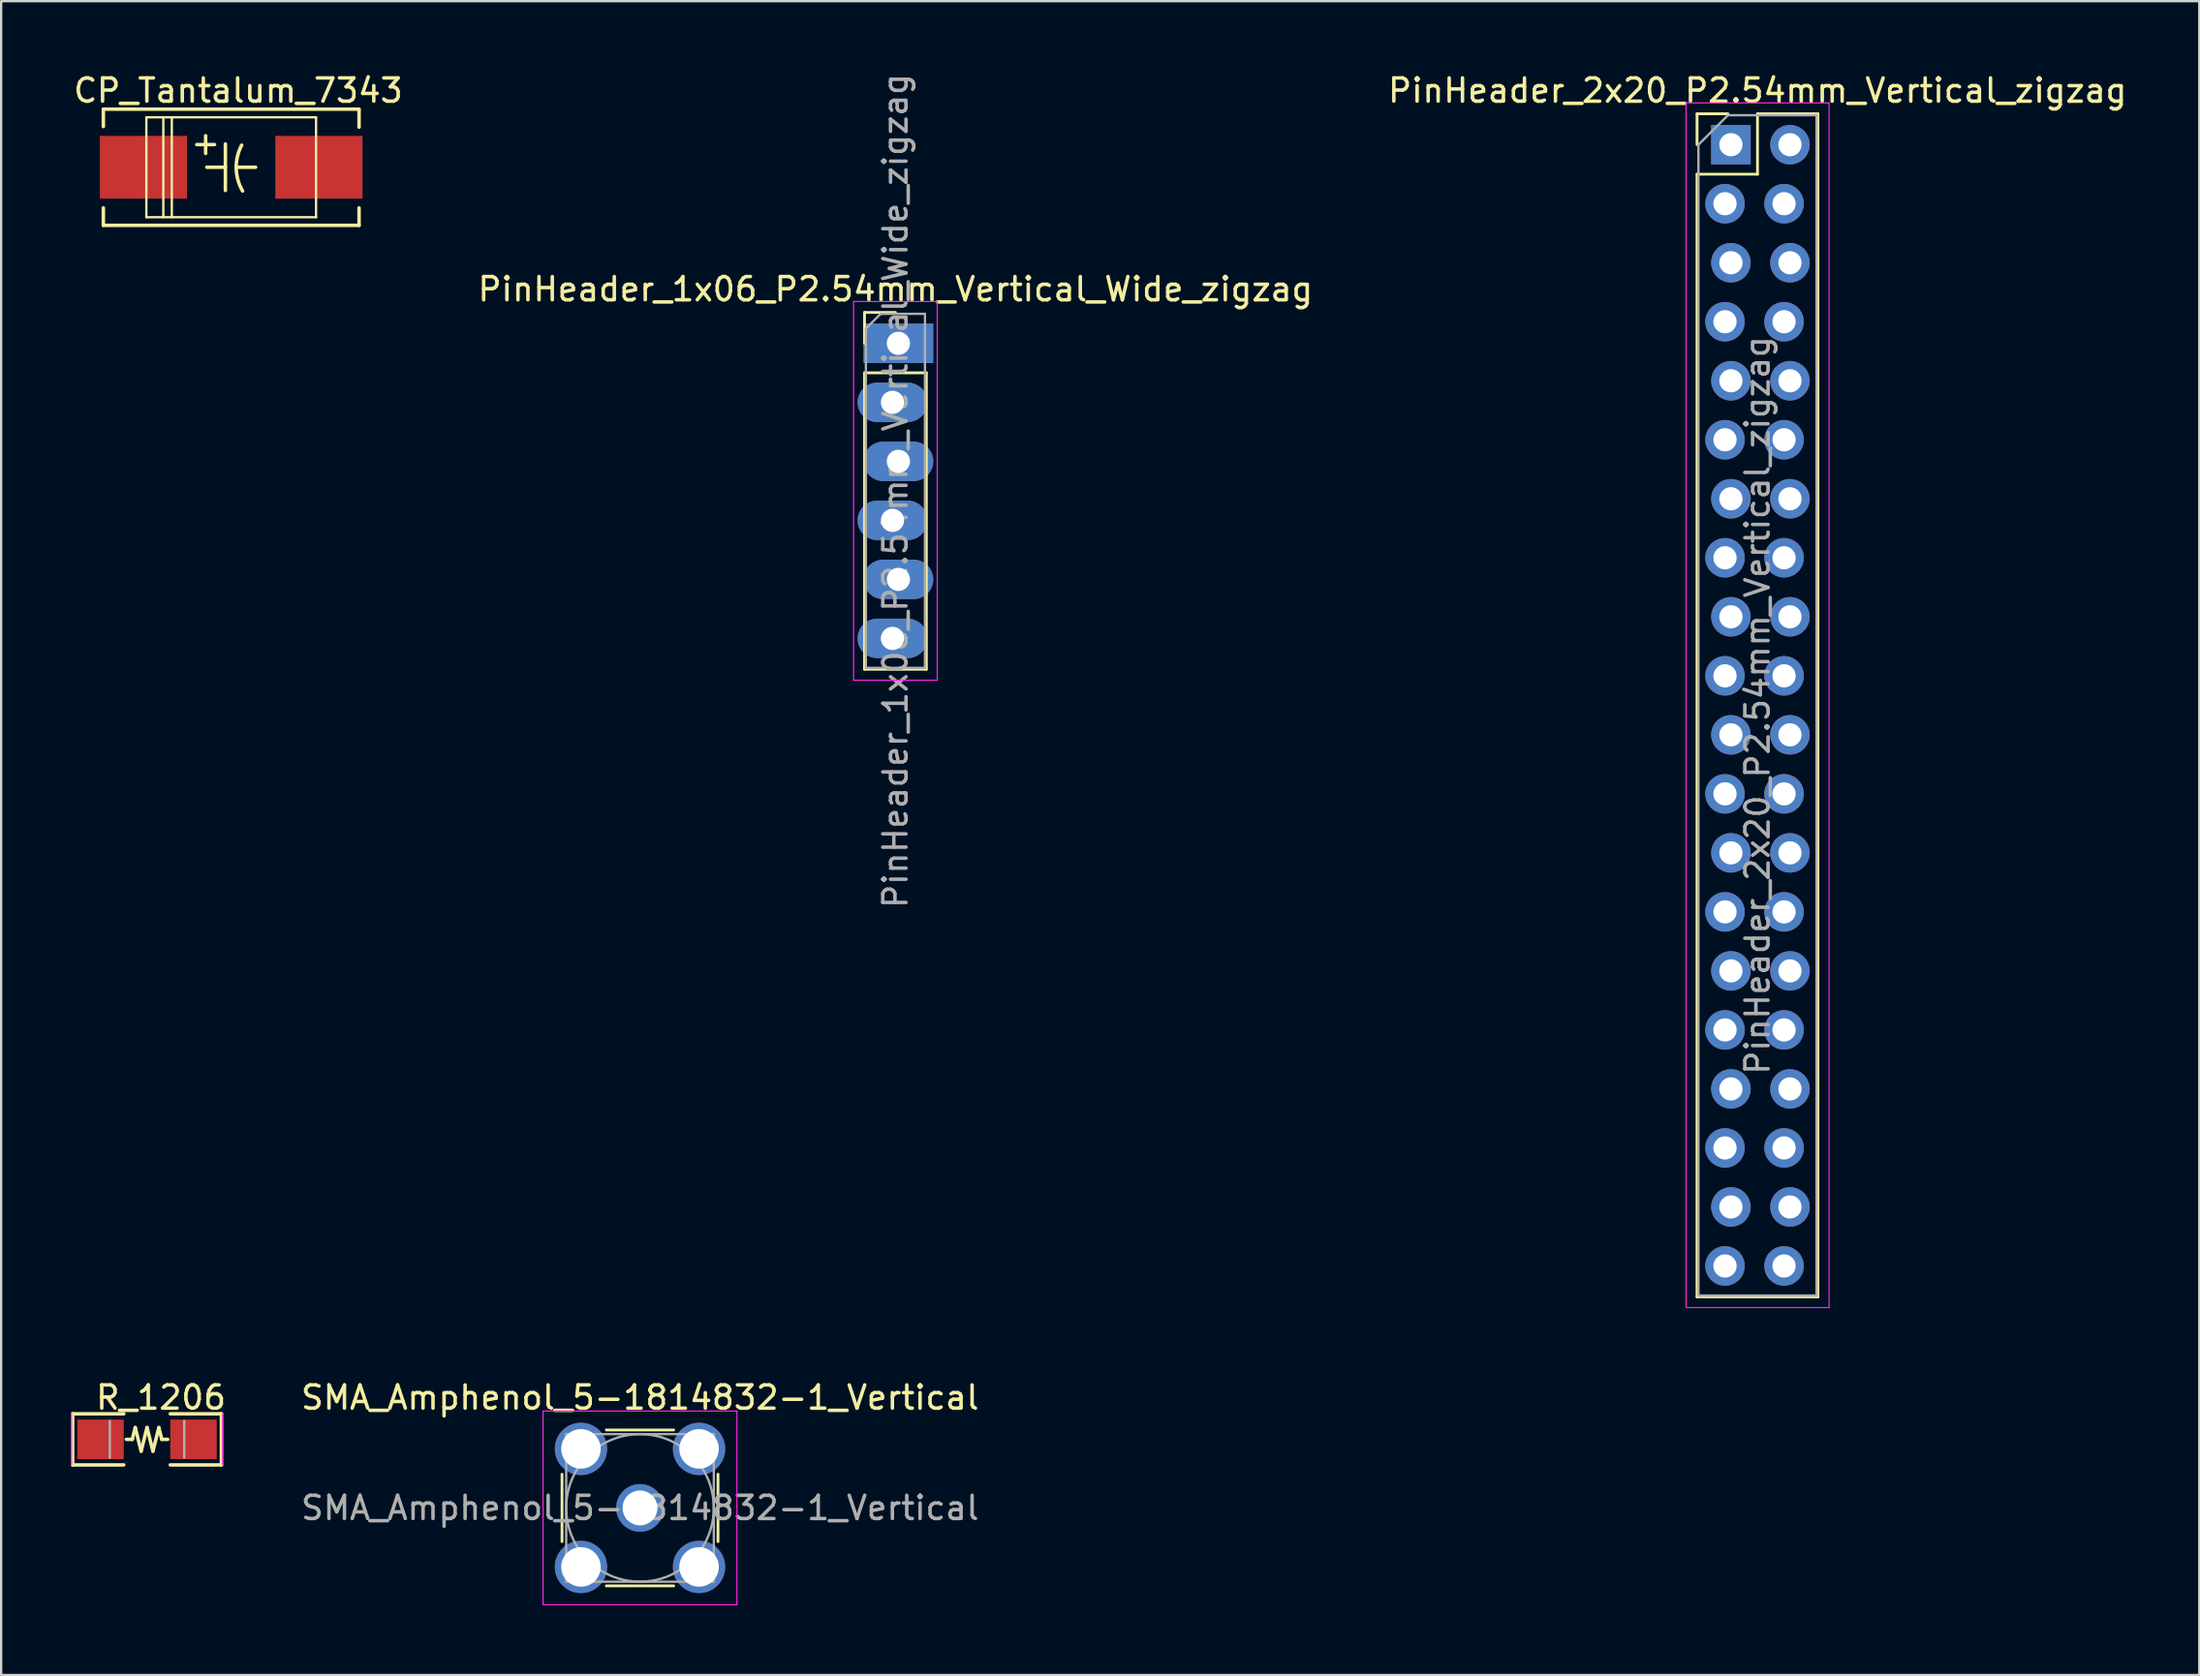
<source format=kicad_pcb>
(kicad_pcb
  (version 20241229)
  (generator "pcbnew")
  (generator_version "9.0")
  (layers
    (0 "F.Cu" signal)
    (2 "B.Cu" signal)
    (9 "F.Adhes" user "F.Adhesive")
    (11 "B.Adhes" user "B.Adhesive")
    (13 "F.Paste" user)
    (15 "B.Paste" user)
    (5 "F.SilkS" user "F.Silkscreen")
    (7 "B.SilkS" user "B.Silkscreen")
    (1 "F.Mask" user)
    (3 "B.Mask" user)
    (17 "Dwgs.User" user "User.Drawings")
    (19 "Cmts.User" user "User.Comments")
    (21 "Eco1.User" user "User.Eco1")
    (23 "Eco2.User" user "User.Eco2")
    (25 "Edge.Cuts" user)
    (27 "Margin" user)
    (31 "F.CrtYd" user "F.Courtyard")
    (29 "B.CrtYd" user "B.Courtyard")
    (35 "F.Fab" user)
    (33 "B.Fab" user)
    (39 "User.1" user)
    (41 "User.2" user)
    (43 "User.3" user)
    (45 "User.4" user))
  (footprint "PinHeader_1x06_P2.54mm_Vertical_Wide_zigzag"
    (layer "F.Cu")
    (at 35.47 11.727)
    (property "Reference" "PinHeader_1x06_P2.54mm_Vertical_Wide_zigzag" (at 0 -2.33 0) (layer "F.SilkS") (effects (font (size 1 1) (thickness 0.15))))
    (attr through_hole)
    (fp_line (start -1.33 -1.33) (end 0 -1.33) (stroke (width 0.12) (type solid)) (layer "F.SilkS"))
    (fp_line (start -1.33 0) (end -1.33 -1.33) (stroke (width 0.12) (type solid)) (layer "F.SilkS"))
    (fp_line (start -1.33 1.27) (end -1.33 14.03) (stroke (width 0.12) (type solid)) (layer "F.SilkS"))
    (fp_line (start -1.33 1.27) (end 1.33 1.27) (stroke (width 0.12) (type solid)) (layer "F.SilkS"))
    (fp_line (start -1.33 14.03) (end 1.33 14.03) (stroke (width 0.12) (type solid)) (layer "F.SilkS"))
    (fp_line (start 1.33 1.27) (end 1.33 14.03) (stroke (width 0.12) (type solid)) (layer "F.SilkS"))
    (fp_line (start -1.8 -1.8) (end -1.8 14.5) (stroke (width 0.05) (type solid)) (layer "F.CrtYd"))
    (fp_line (start -1.8 14.5) (end 1.8 14.5) (stroke (width 0.05) (type solid)) (layer "F.CrtYd"))
    (fp_line (start 1.8 -1.8) (end -1.8 -1.8) (stroke (width 0.05) (type solid)) (layer "F.CrtYd"))
    (fp_line (start 1.8 14.5) (end 1.8 -1.8) (stroke (width 0.05) (type solid)) (layer "F.CrtYd"))
    (fp_line (start -1.27 -0.635) (end -0.635 -1.27) (stroke (width 0.1) (type solid)) (layer "F.Fab"))
    (fp_line (start -1.27 13.97) (end -1.27 -0.635) (stroke (width 0.1) (type solid)) (layer "F.Fab"))
    (fp_line (start -0.635 -1.27) (end 1.27 -1.27) (stroke (width 0.1) (type solid)) (layer "F.Fab"))
    (fp_line (start 1.27 -1.27) (end 1.27 13.97) (stroke (width 0.1) (type solid)) (layer "F.Fab"))
    (fp_line (start 1.27 13.97) (end -1.27 13.97) (stroke (width 0.1) (type solid)) (layer "F.Fab"))
    (fp_text user "${REFERENCE}" (at 0 6.35 90) (layer "F.Fab") (effects (font (size 1 1) (thickness 0.15))))
    (pad "1" thru_hole rect (at 0.127 0) (size 3 1.7) (drill 1) (layers "*.Cu" "*.Mask"))
    (pad "2" thru_hole oval (at -0.127 2.54) (size 3 1.7) (drill 1) (layers "*.Cu" "*.Mask"))
    (pad "3" thru_hole oval (at 0.127 5.08) (size 3 1.7) (drill 1) (layers "*.Cu" "*.Mask"))
    (pad "4" thru_hole oval (at -0.127 7.62) (size 3 1.7) (drill 1) (layers "*.Cu" "*.Mask"))
    (pad "5" thru_hole oval (at 0.127 10.16) (size 3 1.7) (drill 1) (layers "*.Cu" "*.Mask"))
    (pad "6" thru_hole oval (at -0.127 12.7) (size 3 1.7) (drill 1) (layers "*.Cu" "*.Mask")))
  (footprint "R_1206"
    (layer "F.Cu")
    (at 3.275 58.901)
    (property "Reference" "R_1206" (at 0.6 -1.8 0) (layer "F.SilkS") (effects (font (size 1 1) (thickness 0.15))))
    (attr smd)
    (fp_line (start -3.2 -1.1) (end -3.2 1.1) (stroke (width 0.15) (type solid)) (layer "F.SilkS"))
    (fp_line (start -3.2 1.1) (end -1 1.1) (stroke (width 0.15) (type solid)) (layer "F.SilkS"))
    (fp_line (start -1 -1.1) (end -3.2 -1.1) (stroke (width 0.15) (type solid)) (layer "F.SilkS"))
    (fp_line (start -0.635 0) (end -0.889 0) (stroke (width 0.15) (type solid)) (layer "F.SilkS"))
    (fp_line (start -0.508 -0.508) (end -0.635 0) (stroke (width 0.15) (type solid)) (layer "F.SilkS"))
    (fp_line (start -0.254 0.508) (end -0.508 -0.508) (stroke (width 0.15) (type solid)) (layer "F.SilkS"))
    (fp_line (start 0 -0.508) (end -0.254 0.508) (stroke (width 0.15) (type solid)) (layer "F.SilkS"))
    (fp_line (start 0.254 0.508) (end 0 -0.508) (stroke (width 0.15) (type solid)) (layer "F.SilkS"))
    (fp_line (start 0.508 -0.508) (end 0.254 0.508) (stroke (width 0.15) (type solid)) (layer "F.SilkS"))
    (fp_line (start 0.635 0) (end 0.508 -0.508) (stroke (width 0.15) (type solid)) (layer "F.SilkS"))
    (fp_line (start 0.635 0) (end 0.889 0) (stroke (width 0.15) (type solid)) (layer "F.SilkS"))
    (fp_line (start 1 -1.1) (end 3.2 -1.1) (stroke (width 0.15) (type solid)) (layer "F.SilkS"))
    (fp_line (start 3.2 -1.1) (end 3.2 1.1) (stroke (width 0.15) (type solid)) (layer "F.SilkS"))
    (fp_line (start 3.2 1.1) (end 1 1.1) (stroke (width 0.15) (type solid)) (layer "F.SilkS"))
    (fp_line (start -3.25 -1.11) (end -3.25 1.1) (stroke (width 0.05) (type solid)) (layer "F.CrtYd"))
    (fp_line (start 3.25 1.1) (end 3.25 -1.11) (stroke (width 0.05) (type solid)) (layer "F.CrtYd"))
    (fp_line (start -1.6 0.8) (end -1.6 -0.8) (stroke (width 0.1) (type solid)) (layer "F.Fab"))
    (fp_line (start 1.6 -0.8) (end 1.6 0.8) (stroke (width 0.1) (type solid)) (layer "F.Fab"))
    (pad "1" smd rect (at -2 0) (size 2 1.7) (layers "F.Cu" "F.Mask" "F.Paste"))
    (pad "2" smd rect (at 2 0) (size 2 1.7) (layers "F.Cu" "F.Mask" "F.Paste")))
  (footprint "PinHeader_2x20_P2.54mm_Vertical_zigzag"
    (layer "F.Cu")
    (at 71.284 3.178)
    (property "Reference" "PinHeader_2x20_P2.54mm_Vertical_zigzag" (at 1.27 -2.33 0) (layer "F.SilkS") (effects (font (size 1 1) (thickness 0.15))))
    (attr through_hole)
    (fp_line (start -1.33 -1.33) (end 0 -1.33) (stroke (width 0.12) (type solid)) (layer "F.SilkS"))
    (fp_line (start -1.33 0) (end -1.33 -1.33) (stroke (width 0.12) (type solid)) (layer "F.SilkS"))
    (fp_line (start -1.33 1.27) (end -1.33 49.59) (stroke (width 0.12) (type solid)) (layer "F.SilkS"))
    (fp_line (start -1.33 1.27) (end 1.27 1.27) (stroke (width 0.12) (type solid)) (layer "F.SilkS"))
    (fp_line (start -1.33 49.59) (end 3.87 49.59) (stroke (width 0.12) (type solid)) (layer "F.SilkS"))
    (fp_line (start 1.27 -1.33) (end 3.87 -1.33) (stroke (width 0.12) (type solid)) (layer "F.SilkS"))
    (fp_line (start 1.27 1.27) (end 1.27 -1.33) (stroke (width 0.12) (type solid)) (layer "F.SilkS"))
    (fp_line (start 3.87 -1.33) (end 3.87 49.59) (stroke (width 0.12) (type solid)) (layer "F.SilkS"))
    (fp_line (start -1.8 -1.8) (end -1.8 50.05) (stroke (width 0.05) (type solid)) (layer "F.CrtYd"))
    (fp_line (start -1.8 50.05) (end 4.35 50.05) (stroke (width 0.05) (type solid)) (layer "F.CrtYd"))
    (fp_line (start 4.35 -1.8) (end -1.8 -1.8) (stroke (width 0.05) (type solid)) (layer "F.CrtYd"))
    (fp_line (start 4.35 50.05) (end 4.35 -1.8) (stroke (width 0.05) (type solid)) (layer "F.CrtYd"))
    (fp_line (start -1.27 0) (end 0 -1.27) (stroke (width 0.1) (type solid)) (layer "F.Fab"))
    (fp_line (start -1.27 49.53) (end -1.27 0) (stroke (width 0.1) (type solid)) (layer "F.Fab"))
    (fp_line (start 0 -1.27) (end 3.81 -1.27) (stroke (width 0.1) (type solid)) (layer "F.Fab"))
    (fp_line (start 3.81 -1.27) (end 3.81 49.53) (stroke (width 0.1) (type solid)) (layer "F.Fab"))
    (fp_line (start 3.81 49.53) (end -1.27 49.53) (stroke (width 0.1) (type solid)) (layer "F.Fab"))
    (fp_text user "${REFERENCE}" (at 1.27 24.13 90) (layer "F.Fab") (effects (font (size 1 1) (thickness 0.15))))
    (pad "1" thru_hole rect (at 0.127 0) (size 1.7 1.7) (drill 1) (layers "*.Cu" "*.Mask"))
    (pad "2" thru_hole oval (at 2.667 0) (size 1.7 1.7) (drill 1) (layers "*.Cu" "*.Mask"))
    (pad "3" thru_hole oval (at -0.127 2.54) (size 1.7 1.7) (drill 1) (layers "*.Cu" "*.Mask"))
    (pad "4" thru_hole oval (at 2.413 2.54) (size 1.7 1.7) (drill 1) (layers "*.Cu" "*.Mask"))
    (pad "5" thru_hole oval (at 0.127 5.08) (size 1.7 1.7) (drill 1) (layers "*.Cu" "*.Mask"))
    (pad "6" thru_hole oval (at 2.667 5.08) (size 1.7 1.7) (drill 1) (layers "*.Cu" "*.Mask"))
    (pad "7" thru_hole oval (at -0.127 7.62) (size 1.7 1.7) (drill 1) (layers "*.Cu" "*.Mask"))
    (pad "8" thru_hole oval (at 2.413 7.62) (size 1.7 1.7) (drill 1) (layers "*.Cu" "*.Mask"))
    (pad "9" thru_hole oval (at 0.127 10.16) (size 1.7 1.7) (drill 1) (layers "*.Cu" "*.Mask"))
    (pad "10" thru_hole oval (at 2.667 10.16) (size 1.7 1.7) (drill 1) (layers "*.Cu" "*.Mask"))
    (pad "11" thru_hole oval (at -0.127 12.7) (size 1.7 1.7) (drill 1) (layers "*.Cu" "*.Mask"))
    (pad "12" thru_hole oval (at 2.413 12.7) (size 1.7 1.7) (drill 1) (layers "*.Cu" "*.Mask"))
    (pad "13" thru_hole oval (at 0.127 15.24) (size 1.7 1.7) (drill 1) (layers "*.Cu" "*.Mask"))
    (pad "14" thru_hole oval (at 2.667 15.24) (size 1.7 1.7) (drill 1) (layers "*.Cu" "*.Mask"))
    (pad "15" thru_hole oval (at -0.127 17.78) (size 1.7 1.7) (drill 1) (layers "*.Cu" "*.Mask"))
    (pad "16" thru_hole oval (at 2.413 17.78) (size 1.7 1.7) (drill 1) (layers "*.Cu" "*.Mask"))
    (pad "17" thru_hole oval (at 0.127 20.32) (size 1.7 1.7) (drill 1) (layers "*.Cu" "*.Mask"))
    (pad "18" thru_hole oval (at 2.667 20.32) (size 1.7 1.7) (drill 1) (layers "*.Cu" "*.Mask"))
    (pad "19" thru_hole oval (at -0.127 22.86) (size 1.7 1.7) (drill 1) (layers "*.Cu" "*.Mask"))
    (pad "20" thru_hole oval (at 2.413 22.86) (size 1.7 1.7) (drill 1) (layers "*.Cu" "*.Mask"))
    (pad "21" thru_hole oval (at 0.127 25.4) (size 1.7 1.7) (drill 1) (layers "*.Cu" "*.Mask"))
    (pad "22" thru_hole oval (at 2.667 25.4) (size 1.7 1.7) (drill 1) (layers "*.Cu" "*.Mask"))
    (pad "23" thru_hole oval (at -0.127 27.94) (size 1.7 1.7) (drill 1) (layers "*.Cu" "*.Mask"))
    (pad "24" thru_hole oval (at 2.413 27.94) (size 1.7 1.7) (drill 1) (layers "*.Cu" "*.Mask"))
    (pad "25" thru_hole oval (at 0.127 30.48) (size 1.7 1.7) (drill 1) (layers "*.Cu" "*.Mask"))
    (pad "26" thru_hole oval (at 2.667 30.48) (size 1.7 1.7) (drill 1) (layers "*.Cu" "*.Mask"))
    (pad "27" thru_hole oval (at -0.127 33.02) (size 1.7 1.7) (drill 1) (layers "*.Cu" "*.Mask"))
    (pad "28" thru_hole oval (at 2.413 33.02) (size 1.7 1.7) (drill 1) (layers "*.Cu" "*.Mask"))
    (pad "29" thru_hole oval (at 0.127 35.56) (size 1.7 1.7) (drill 1) (layers "*.Cu" "*.Mask"))
    (pad "30" thru_hole oval (at 2.667 35.56) (size 1.7 1.7) (drill 1) (layers "*.Cu" "*.Mask"))
    (pad "31" thru_hole oval (at -0.127 38.1) (size 1.7 1.7) (drill 1) (layers "*.Cu" "*.Mask"))
    (pad "32" thru_hole oval (at 2.413 38.1) (size 1.7 1.7) (drill 1) (layers "*.Cu" "*.Mask"))
    (pad "33" thru_hole oval (at 0.127 40.64) (size 1.7 1.7) (drill 1) (layers "*.Cu" "*.Mask"))
    (pad "34" thru_hole oval (at 2.667 40.64) (size 1.7 1.7) (drill 1) (layers "*.Cu" "*.Mask"))
    (pad "35" thru_hole oval (at -0.127 43.18) (size 1.7 1.7) (drill 1) (layers "*.Cu" "*.Mask"))
    (pad "36" thru_hole oval (at 2.413 43.18) (size 1.7 1.7) (drill 1) (layers "*.Cu" "*.Mask"))
    (pad "37" thru_hole oval (at 0.127 45.72) (size 1.7 1.7) (drill 1) (layers "*.Cu" "*.Mask"))
    (pad "38" thru_hole oval (at 2.667 45.72) (size 1.7 1.7) (drill 1) (layers "*.Cu" "*.Mask"))
    (pad "39" thru_hole oval (at -0.127 48.26) (size 1.7 1.7) (drill 1) (layers "*.Cu" "*.Mask"))
    (pad "40" thru_hole oval (at 2.413 48.26) (size 1.7 1.7) (drill 1) (layers "*.Cu" "*.Mask")))
  (footprint "SMA_Amphenol_5-1814832-1_Vertical"
    (layer "F.Cu")
    (at 24.482 61.852)
    (property "Reference" "SMA_Amphenol_5-1814832-1_Vertical" (at 0 -4.75 0) (layer "F.SilkS") (effects (font (size 1 1) (thickness 0.15))))
    (attr through_hole)
    (fp_line (start -3.355 -1.45) (end -3.355 1.45) (stroke (width 0.12) (type solid)) (layer "F.SilkS"))
    (fp_line (start -1.45 -3.355) (end 1.45 -3.355) (stroke (width 0.12) (type solid)) (layer "F.SilkS"))
    (fp_line (start -1.45 3.355) (end 1.45 3.355) (stroke (width 0.12) (type solid)) (layer "F.SilkS"))
    (fp_line (start 3.355 -1.45) (end 3.355 1.45) (stroke (width 0.12) (type solid)) (layer "F.SilkS"))
    (fp_line (start -4.17 -4.17) (end -4.17 4.17) (stroke (width 0.05) (type solid)) (layer "F.CrtYd"))
    (fp_line (start -4.17 -4.17) (end 4.17 -4.17) (stroke (width 0.05) (type solid)) (layer "F.CrtYd"))
    (fp_line (start 4.17 4.17) (end -4.17 4.17) (stroke (width 0.05) (type solid)) (layer "F.CrtYd"))
    (fp_line (start 4.17 4.17) (end 4.17 -4.17) (stroke (width 0.05) (type solid)) (layer "F.CrtYd"))
    (fp_line (start -3.175 -3.175) (end -3.175 3.175) (stroke (width 0.1) (type solid)) (layer "F.Fab"))
    (fp_line (start -3.175 -3.175) (end 3.175 -3.175) (stroke (width 0.1) (type solid)) (layer "F.Fab"))
    (fp_line (start -3.175 3.175) (end 3.175 3.175) (stroke (width 0.1) (type solid)) (layer "F.Fab"))
    (fp_line (start 3.175 -3.175) (end 3.175 3.175) (stroke (width 0.1) (type solid)) (layer "F.Fab"))
    (fp_circle (center 0 0) (end 3.175 0) (stroke (width 0.1) (type solid)) (fill no) (layer "F.Fab"))
    (fp_text user "${REFERENCE}" (at 0 0 0) (layer "F.Fab") (effects (font (size 1 1) (thickness 0.15))))
    (pad "1" thru_hole circle (at 0 0) (size 2.05 2.05) (drill 1.5) (layers "*.Cu" "*.Mask"))
    (pad "2" thru_hole circle (at -2.54 -2.54) (size 2.25 2.25) (drill 1.7) (layers "*.Cu" "*.Mask"))
    (pad "2" thru_hole circle (at -2.54 2.54) (size 2.25 2.25) (drill 1.7) (layers "*.Cu" "*.Mask"))
    (pad "2" thru_hole circle (at 2.54 -2.54) (size 2.25 2.25) (drill 1.7) (layers "*.Cu" "*.Mask"))
    (pad "2" thru_hole circle (at 2.54 2.54) (size 2.25 2.25) (drill 1.7) (layers "*.Cu" "*.Mask")))
  (footprint "CP_Tantalum_7343"
    (layer "F.Cu")
    (at 6.896 4.148)
    (property "Reference" "CP_Tantalum_7343" (at 0.3 -3.3 0) (layer "F.SilkS") (effects (font (size 1 1) (thickness 0.15))))
    (attr smd)
    (fp_line (start -5.5 -2.5) (end -5.5 -1.75) (stroke (width 0.15) (type solid)) (layer "F.SilkS"))
    (fp_line (start -5.5 1.75) (end -5.5 2.5) (stroke (width 0.15) (type solid)) (layer "F.SilkS"))
    (fp_line (start -3.65 -2.15) (end -3.65 2.15) (stroke (width 0.1) (type solid)) (layer "F.SilkS"))
    (fp_line (start -3.65 2.15) (end 3.65 2.15) (stroke (width 0.1) (type solid)) (layer "F.SilkS"))
    (fp_line (start -2.92 -2.15) (end -2.92 2.15) (stroke (width 0.1) (type solid)) (layer "F.SilkS"))
    (fp_line (start -2.555 -2.15) (end -2.555 2.15) (stroke (width 0.1) (type solid)) (layer "F.SilkS"))
    (fp_line (start -1.05 0) (end -0.25 0) (stroke (width 0.15) (type solid)) (layer "F.SilkS"))
    (fp_line (start -0.25 -1) (end -0.25 1) (stroke (width 0.15) (type solid)) (layer "F.SilkS"))
    (fp_line (start 0.25 0) (end 1.05 0) (stroke (width 0.15) (type solid)) (layer "F.SilkS"))
    (fp_line (start 3.65 -2.15) (end -3.65 -2.15) (stroke (width 0.1) (type solid)) (layer "F.SilkS"))
    (fp_line (start 3.65 2.15) (end 3.65 -2.15) (stroke (width 0.1) (type solid)) (layer "F.SilkS"))
    (fp_line (start 5.5 -2.5) (end -5.5 -2.5) (stroke (width 0.15) (type solid)) (layer "F.SilkS"))
    (fp_line (start 5.5 -2.475) (end 5.5 -1.725) (stroke (width 0.15) (type solid)) (layer "F.SilkS"))
    (fp_line (start 5.5 1.75) (end 5.5 2.5) (stroke (width 0.15) (type solid)) (layer "F.SilkS"))
    (fp_line (start 5.5 2.5) (end -5.5 2.5) (stroke (width 0.15) (type solid)) (layer "F.SilkS"))
    (fp_arc (start 0.4905 1.023063) (mid 0.215116 0.041769) (end 0.45 -0.95) (stroke (width 0.15) (type solid)) (layer "F.SilkS"))
    (fp_text user "+" (at -1.1 -1.05 0) (layer "F.SilkS") (effects (font (size 1 1) (thickness 0.15))))
    (pad "1" smd rect (at -3.775 0) (size 3.75 2.7) (layers "F.Cu" "F.Mask" "F.Paste"))
    (pad "2" smd rect (at 3.775 0) (size 3.75 2.7) (layers "F.Cu" "F.Mask" "F.Paste")))
  (gr_rect
    (start -3 -3)
    (end 91.56 69.046)
    (stroke (width 0.1) (type default))
    (fill no)
    (layer "Edge.Cuts")))
</source>
